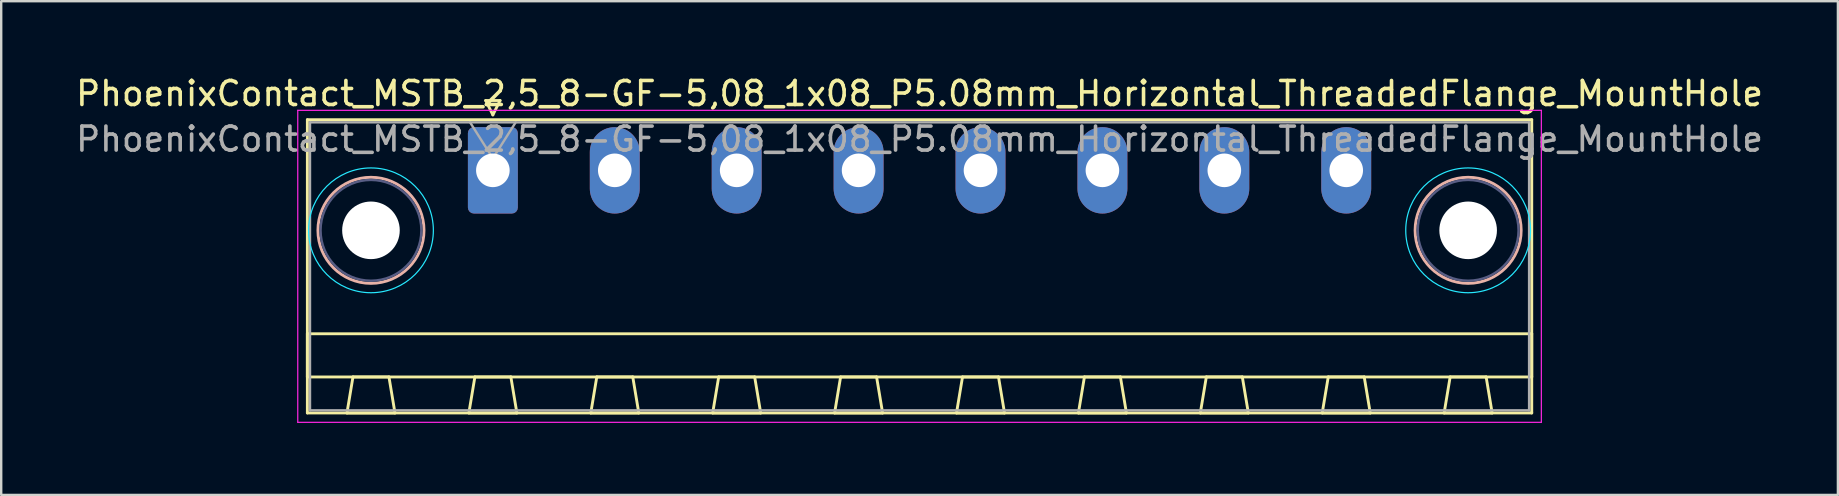
<source format=kicad_pcb>
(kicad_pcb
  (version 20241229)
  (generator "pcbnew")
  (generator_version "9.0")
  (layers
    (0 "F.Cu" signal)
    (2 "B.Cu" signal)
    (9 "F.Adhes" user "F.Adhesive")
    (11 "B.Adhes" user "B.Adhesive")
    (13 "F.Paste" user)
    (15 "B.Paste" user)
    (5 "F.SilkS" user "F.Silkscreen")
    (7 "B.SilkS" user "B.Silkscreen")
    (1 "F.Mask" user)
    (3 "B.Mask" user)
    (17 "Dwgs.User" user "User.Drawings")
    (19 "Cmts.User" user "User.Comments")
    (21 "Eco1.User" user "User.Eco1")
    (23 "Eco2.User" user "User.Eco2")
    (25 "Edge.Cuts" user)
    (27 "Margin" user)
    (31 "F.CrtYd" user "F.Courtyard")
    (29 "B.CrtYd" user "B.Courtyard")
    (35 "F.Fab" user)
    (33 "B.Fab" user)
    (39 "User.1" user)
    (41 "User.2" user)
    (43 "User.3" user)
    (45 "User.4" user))
  (footprint "PhoenixContact_MSTB_2,5_8-GF-5,08_1x08_P5.08mm_Horizontal_ThreadedFlange_MountHole"
    (layer "F.Cu")
    (at 17.488 4.048)
    (property "Reference" "PhoenixContact_MSTB_2,5_8-GF-5,08_1x08_P5.08mm_Horizontal_ThreadedFlange_MountHole" (at 17.78 -3.2 0) (layer "F.SilkS") (effects (font (size 1 1) (thickness 0.15))))
    (attr through_hole)
    (fp_line (start -7.73 -2.11) (end -7.73 10.11) (stroke (width 0.12) (type solid)) (layer "F.SilkS"))
    (fp_line (start -7.73 6.81) (end 43.29 6.81) (stroke (width 0.12) (type solid)) (layer "F.SilkS"))
    (fp_line (start -7.73 8.61) (end -7.73 6.81) (stroke (width 0.12) (type solid)) (layer "F.SilkS"))
    (fp_line (start -7.73 10.11) (end 43.29 10.11) (stroke (width 0.12) (type solid)) (layer "F.SilkS"))
    (fp_line (start -6.08 10.11) (end -4.08 10.11) (stroke (width 0.12) (type solid)) (layer "F.SilkS"))
    (fp_line (start -5.83 8.61) (end -6.08 10.11) (stroke (width 0.12) (type solid)) (layer "F.SilkS"))
    (fp_line (start -4.33 8.61) (end -5.83 8.61) (stroke (width 0.12) (type solid)) (layer "F.SilkS"))
    (fp_line (start -4.08 10.11) (end -4.33 8.61) (stroke (width 0.12) (type solid)) (layer "F.SilkS"))
    (fp_line (start -1 10.11) (end 1 10.11) (stroke (width 0.12) (type solid)) (layer "F.SilkS"))
    (fp_line (start -0.75 8.61) (end -1 10.11) (stroke (width 0.12) (type solid)) (layer "F.SilkS"))
    (fp_line (start -0.3 -2.91) (end 0.3 -2.91) (stroke (width 0.12) (type solid)) (layer "F.SilkS"))
    (fp_line (start 0 -2.31) (end -0.3 -2.91) (stroke (width 0.12) (type solid)) (layer "F.SilkS"))
    (fp_line (start 0.3 -2.91) (end 0 -2.31) (stroke (width 0.12) (type solid)) (layer "F.SilkS"))
    (fp_line (start 0.75 8.61) (end -0.75 8.61) (stroke (width 0.12) (type solid)) (layer "F.SilkS"))
    (fp_line (start 1 10.11) (end 0.75 8.61) (stroke (width 0.12) (type solid)) (layer "F.SilkS"))
    (fp_line (start 4.08 10.11) (end 6.08 10.11) (stroke (width 0.12) (type solid)) (layer "F.SilkS"))
    (fp_line (start 4.33 8.61) (end 4.08 10.11) (stroke (width 0.12) (type solid)) (layer "F.SilkS"))
    (fp_line (start 5.83 8.61) (end 4.33 8.61) (stroke (width 0.12) (type solid)) (layer "F.SilkS"))
    (fp_line (start 6.08 10.11) (end 5.83 8.61) (stroke (width 0.12) (type solid)) (layer "F.SilkS"))
    (fp_line (start 9.16 10.11) (end 11.16 10.11) (stroke (width 0.12) (type solid)) (layer "F.SilkS"))
    (fp_line (start 9.41 8.61) (end 9.16 10.11) (stroke (width 0.12) (type solid)) (layer "F.SilkS"))
    (fp_line (start 10.91 8.61) (end 9.41 8.61) (stroke (width 0.12) (type solid)) (layer "F.SilkS"))
    (fp_line (start 11.16 10.11) (end 10.91 8.61) (stroke (width 0.12) (type solid)) (layer "F.SilkS"))
    (fp_line (start 14.24 10.11) (end 16.24 10.11) (stroke (width 0.12) (type solid)) (layer "F.SilkS"))
    (fp_line (start 14.49 8.61) (end 14.24 10.11) (stroke (width 0.12) (type solid)) (layer "F.SilkS"))
    (fp_line (start 15.99 8.61) (end 14.49 8.61) (stroke (width 0.12) (type solid)) (layer "F.SilkS"))
    (fp_line (start 16.24 10.11) (end 15.99 8.61) (stroke (width 0.12) (type solid)) (layer "F.SilkS"))
    (fp_line (start 19.32 10.11) (end 21.32 10.11) (stroke (width 0.12) (type solid)) (layer "F.SilkS"))
    (fp_line (start 19.57 8.61) (end 19.32 10.11) (stroke (width 0.12) (type solid)) (layer "F.SilkS"))
    (fp_line (start 21.07 8.61) (end 19.57 8.61) (stroke (width 0.12) (type solid)) (layer "F.SilkS"))
    (fp_line (start 21.32 10.11) (end 21.07 8.61) (stroke (width 0.12) (type solid)) (layer "F.SilkS"))
    (fp_line (start 24.4 10.11) (end 26.4 10.11) (stroke (width 0.12) (type solid)) (layer "F.SilkS"))
    (fp_line (start 24.65 8.61) (end 24.4 10.11) (stroke (width 0.12) (type solid)) (layer "F.SilkS"))
    (fp_line (start 26.15 8.61) (end 24.65 8.61) (stroke (width 0.12) (type solid)) (layer "F.SilkS"))
    (fp_line (start 26.4 10.11) (end 26.15 8.61) (stroke (width 0.12) (type solid)) (layer "F.SilkS"))
    (fp_line (start 29.48 10.11) (end 31.48 10.11) (stroke (width 0.12) (type solid)) (layer "F.SilkS"))
    (fp_line (start 29.73 8.61) (end 29.48 10.11) (stroke (width 0.12) (type solid)) (layer "F.SilkS"))
    (fp_line (start 31.23 8.61) (end 29.73 8.61) (stroke (width 0.12) (type solid)) (layer "F.SilkS"))
    (fp_line (start 31.48 10.11) (end 31.23 8.61) (stroke (width 0.12) (type solid)) (layer "F.SilkS"))
    (fp_line (start 34.56 10.11) (end 36.56 10.11) (stroke (width 0.12) (type solid)) (layer "F.SilkS"))
    (fp_line (start 34.81 8.61) (end 34.56 10.11) (stroke (width 0.12) (type solid)) (layer "F.SilkS"))
    (fp_line (start 36.31 8.61) (end 34.81 8.61) (stroke (width 0.12) (type solid)) (layer "F.SilkS"))
    (fp_line (start 36.56 10.11) (end 36.31 8.61) (stroke (width 0.12) (type solid)) (layer "F.SilkS"))
    (fp_line (start 39.64 10.11) (end 41.64 10.11) (stroke (width 0.12) (type solid)) (layer "F.SilkS"))
    (fp_line (start 39.89 8.61) (end 39.64 10.11) (stroke (width 0.12) (type solid)) (layer "F.SilkS"))
    (fp_line (start 41.39 8.61) (end 39.89 8.61) (stroke (width 0.12) (type solid)) (layer "F.SilkS"))
    (fp_line (start 41.64 10.11) (end 41.39 8.61) (stroke (width 0.12) (type solid)) (layer "F.SilkS"))
    (fp_line (start 43.29 -2.11) (end -7.73 -2.11) (stroke (width 0.12) (type solid)) (layer "F.SilkS"))
    (fp_line (start 43.29 6.81) (end 43.29 8.61) (stroke (width 0.12) (type solid)) (layer "F.SilkS"))
    (fp_line (start 43.29 8.61) (end -7.73 8.61) (stroke (width 0.12) (type solid)) (layer "F.SilkS"))
    (fp_line (start 43.29 10.11) (end 43.29 -2.11) (stroke (width 0.12) (type solid)) (layer "F.SilkS"))
    (fp_circle (center -5.08 2.5) (end -2.87 2.5) (stroke (width 0.12) (type solid)) (fill no) (layer "B.SilkS"))
    (fp_circle (center 40.64 2.5) (end 42.85 2.5) (stroke (width 0.12) (type solid)) (fill no) (layer "B.SilkS"))
    (fp_circle (center -5.08 2.5) (end -2.48 2.5) (stroke (width 0.05) (type solid)) (fill no) (layer "B.CrtYd"))
    (fp_circle (center 40.64 2.5) (end 43.24 2.5) (stroke (width 0.05) (type solid)) (fill no) (layer "B.CrtYd"))
    (fp_line (start -8.13 -2.5) (end -8.13 10.5) (stroke (width 0.05) (type solid)) (layer "F.CrtYd"))
    (fp_line (start -8.13 10.5) (end 43.69 10.5) (stroke (width 0.05) (type solid)) (layer "F.CrtYd"))
    (fp_line (start 43.69 -2.5) (end -8.13 -2.5) (stroke (width 0.05) (type solid)) (layer "F.CrtYd"))
    (fp_line (start 43.69 10.5) (end 43.69 -2.5) (stroke (width 0.05) (type solid)) (layer "F.CrtYd"))
    (fp_circle (center -5.08 2.5) (end -2.98 2.5) (stroke (width 0.1) (type solid)) (fill no) (layer "B.Fab"))
    (fp_circle (center 40.64 2.5) (end 42.74 2.5) (stroke (width 0.1) (type solid)) (fill no) (layer "B.Fab"))
    (fp_line (start -7.62 -2) (end -7.62 10) (stroke (width 0.1) (type solid)) (layer "F.Fab"))
    (fp_line (start -7.62 10) (end 43.18 10) (stroke (width 0.1) (type solid)) (layer "F.Fab"))
    (fp_line (start 0 -0.5) (end -0.95 -2) (stroke (width 0.1) (type solid)) (layer "F.Fab"))
    (fp_line (start 0.95 -2) (end 0 -0.5) (stroke (width 0.1) (type solid)) (layer "F.Fab"))
    (fp_line (start 43.18 -2) (end -7.62 -2) (stroke (width 0.1) (type solid)) (layer "F.Fab"))
    (fp_line (start 43.18 10) (end 43.18 -2) (stroke (width 0.1) (type solid)) (layer "F.Fab"))
    (fp_text user "${REFERENCE}" (at 17.78 -1.3 0) (layer "F.Fab") (effects (font (size 1 1) (thickness 0.15))))
    (pad "" np_thru_hole circle (at -5.08 2.5) (size 2.4 2.4) (drill 2.4) (layers "*.Cu" "*.Mask"))
    (pad "" np_thru_hole circle (at 40.64 2.5) (size 2.4 2.4) (drill 2.4) (layers "*.Cu" "*.Mask"))
    (pad "1" thru_hole roundrect (at 0 0) (size 2.08 3.6) (drill 1.4) (layers "*.Cu" "*.Mask") (roundrect_rratio 0.12))
    (pad "2" thru_hole oval (at 5.08 0) (size 2.08 3.6) (drill 1.4) (layers "*.Cu" "*.Mask"))
    (pad "3" thru_hole oval (at 10.16 0) (size 2.08 3.6) (drill 1.4) (layers "*.Cu" "*.Mask"))
    (pad "4" thru_hole oval (at 15.24 0) (size 2.08 3.6) (drill 1.4) (layers "*.Cu" "*.Mask"))
    (pad "5" thru_hole oval (at 20.32 0) (size 2.08 3.6) (drill 1.4) (layers "*.Cu" "*.Mask"))
    (pad "6" thru_hole oval (at 25.4 0) (size 2.08 3.6) (drill 1.4) (layers "*.Cu" "*.Mask"))
    (pad "7" thru_hole oval (at 30.48 0) (size 2.08 3.6) (drill 1.4) (layers "*.Cu" "*.Mask"))
    (pad "8" thru_hole oval (at 35.56 0) (size 2.08 3.6) (drill 1.4) (layers "*.Cu" "*.Mask")))
  (gr_rect
    (start -3 -3)
    (end 73.536 17.573)
    (stroke (width 0.1) (type default))
    (fill no)
    (layer "Edge.Cuts")))
</source>
